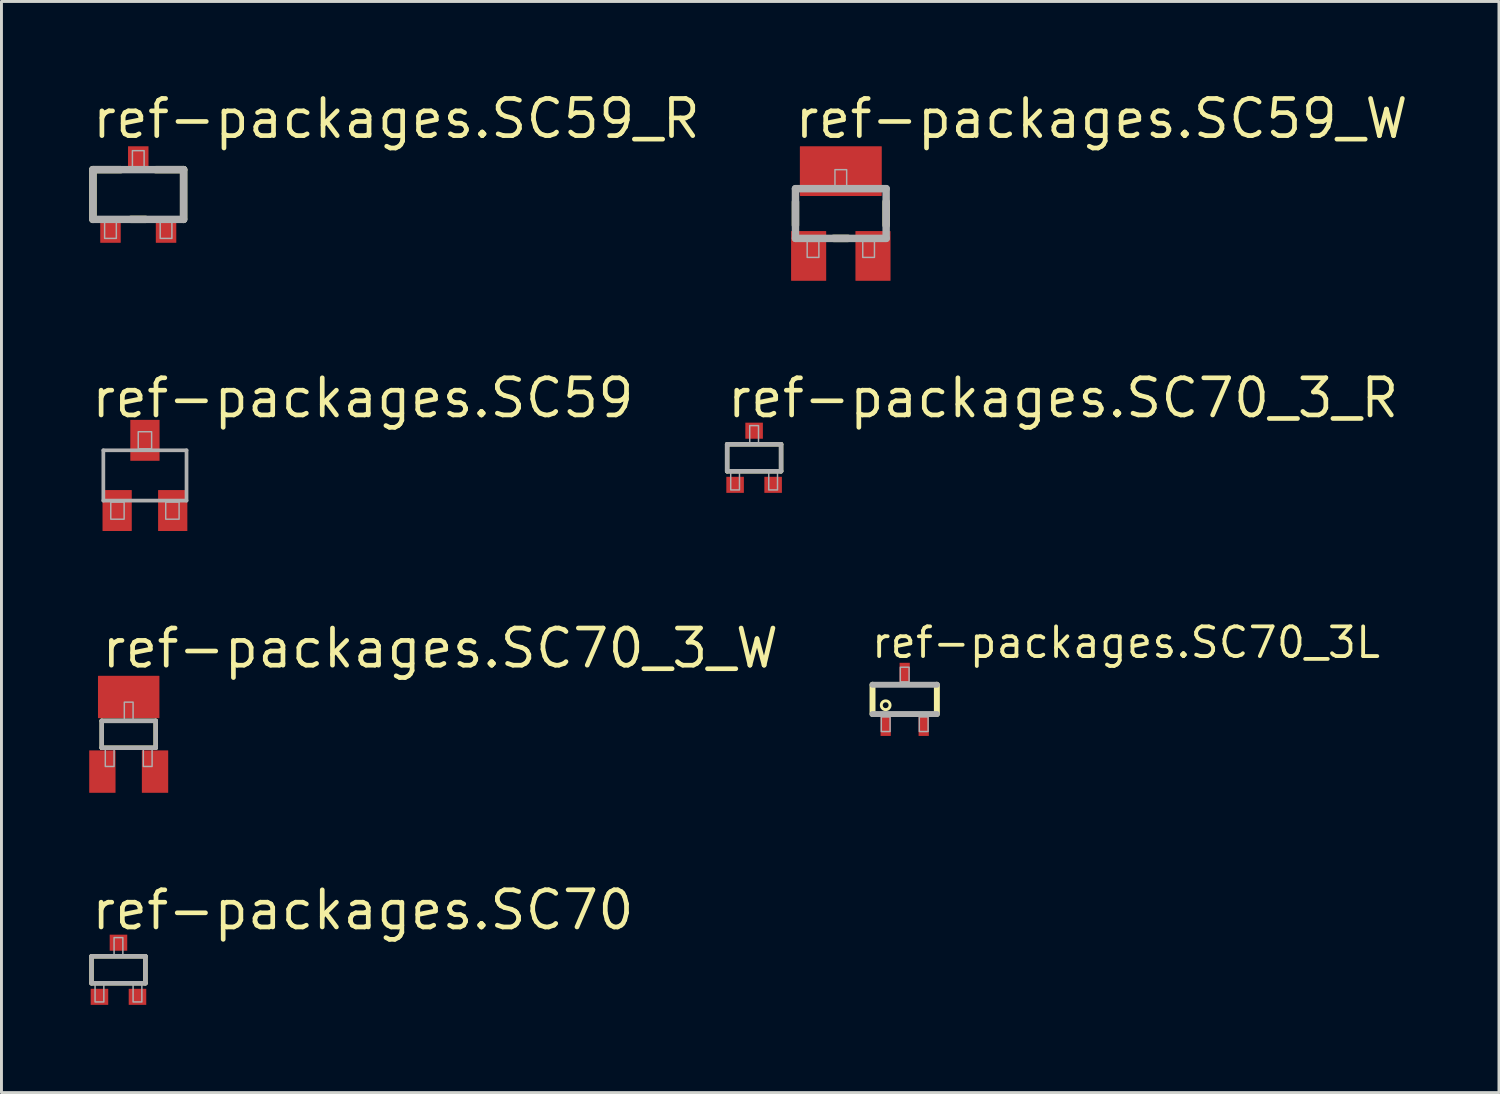
<source format=kicad_pcb>
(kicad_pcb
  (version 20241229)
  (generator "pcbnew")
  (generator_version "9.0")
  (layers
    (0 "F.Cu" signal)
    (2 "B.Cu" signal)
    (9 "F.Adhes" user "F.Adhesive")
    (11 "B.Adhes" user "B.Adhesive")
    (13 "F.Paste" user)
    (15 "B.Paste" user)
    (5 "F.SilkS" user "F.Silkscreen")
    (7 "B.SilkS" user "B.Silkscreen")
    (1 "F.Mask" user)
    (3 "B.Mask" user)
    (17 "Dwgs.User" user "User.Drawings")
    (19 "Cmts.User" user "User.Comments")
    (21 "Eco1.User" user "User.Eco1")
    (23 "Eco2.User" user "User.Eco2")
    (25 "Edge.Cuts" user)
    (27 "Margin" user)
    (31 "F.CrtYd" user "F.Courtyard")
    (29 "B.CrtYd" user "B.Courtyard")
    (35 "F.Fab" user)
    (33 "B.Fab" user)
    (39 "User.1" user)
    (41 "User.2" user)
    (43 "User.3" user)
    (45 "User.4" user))
  (footprint "ref-packages.SC59_W"
    (layer "F.Cu")
    (at 25.696 4.25)
    (property "Reference" "ref-packages.SC59_W" (at -1.65 -2.5 0) (layer "F.SilkS") (effects (font (size 1.27 1.27) (thickness 0.16)) (justify left bottom)))
    (attr smd)
    (fp_line (start -1.55 0.4) (end -1.55 -0.4) (stroke (width 0.254) (type default)) (layer "F.SilkS"))
    (fp_line (start 0.25 0.85) (end -0.25 0.85) (stroke (width 0.254) (type default)) (layer "F.SilkS"))
    (fp_line (start 1.55 -0.4) (end 1.55 0.4) (stroke (width 0.254) (type default)) (layer "F.SilkS"))
    (fp_line (start -1.55 -0.85) (end 1.55 -0.85) (stroke (width 0.254) (type default)) (layer "F.Fab"))
    (fp_line (start -1.55 0.85) (end -1.55 -0.85) (stroke (width 0.254) (type default)) (layer "F.Fab"))
    (fp_line (start 1.55 -0.85) (end 1.55 0.85) (stroke (width 0.254) (type default)) (layer "F.Fab"))
    (fp_line (start 1.55 0.85) (end -1.55 0.85) (stroke (width 0.254) (type default)) (layer "F.Fab"))
    (fp_rect (start -1.15 1.5) (end -0.75 0.95) (stroke (width 0.05) (type default)) (fill no) (layer "F.Fab"))
    (fp_rect (start -0.2 -0.95) (end 0.2 -1.5) (stroke (width 0.05) (type default)) (fill no) (layer "F.Fab"))
    (fp_rect (start 0.75 1.5) (end 1.15 0.95) (stroke (width 0.05) (type default)) (fill no) (layer "F.Fab"))
    (pad "1" smd roundrect (at -1.1 1.45) (size 1.2 1.7) (layers "F.Cu" "F.Mask" "F.Paste") (roundrect_rratio 0.01))
    (pad "2" smd roundrect (at 1.1 1.45) (size 1.2 1.7) (layers "F.Cu" "F.Mask" "F.Paste") (roundrect_rratio 0.01))
    (pad "3" smd roundrect (at 0 -1.45) (size 2.8 1.7) (layers "F.Cu" "F.Mask" "F.Paste") (roundrect_rratio 0.01)))
  (footprint "ref-packages.SC70"
    (layer "F.Cu")
    (at 1 30.105)
    (property "Reference" "ref-packages.SC70" (at -1 -1.3 0) (layer "F.SilkS") (effects (font (size 1.27 1.27) (thickness 0.16)) (justify left bottom)))
    (attr smd)
    (fp_line (start -0.922 -0.46) (end 0.922 -0.46) (stroke (width 0.152) (type default)) (layer "F.SilkS"))
    (fp_line (start -0.922 0.46) (end -0.922 -0.46) (stroke (width 0.152) (type default)) (layer "F.SilkS"))
    (fp_line (start 0.922 -0.46) (end 0.922 0.46) (stroke (width 0.152) (type default)) (layer "F.SilkS"))
    (fp_line (start 0.922 0.46) (end -0.922 0.46) (stroke (width 0.152) (type default)) (layer "F.SilkS"))
    (fp_line (start -0.922 -0.46) (end 0.922 -0.46) (stroke (width 0.152) (type default)) (layer "F.Fab"))
    (fp_line (start -0.922 0.46) (end -0.922 -0.46) (stroke (width 0.152) (type default)) (layer "F.Fab"))
    (fp_line (start 0.922 -0.46) (end 0.922 0.46) (stroke (width 0.152) (type default)) (layer "F.Fab"))
    (fp_line (start 0.922 0.46) (end -0.922 0.46) (stroke (width 0.152) (type default)) (layer "F.Fab"))
    (fp_rect (start -0.8 1.1) (end -0.5 0.5) (stroke (width 0.05) (type default)) (fill no) (layer "F.Fab"))
    (fp_rect (start -0.15 -0.5) (end 0.15 -1.1) (stroke (width 0.05) (type default)) (fill no) (layer "F.Fab"))
    (fp_rect (start 0.5 1.1) (end 0.8 0.5) (stroke (width 0.05) (type default)) (fill no) (layer "F.Fab"))
    (pad "1" smd roundrect (at -0.65 0.925) (size 0.6 0.55) (layers "F.Cu" "F.Mask" "F.Paste") (roundrect_rratio 0.01))
    (pad "2" smd roundrect (at 0.65 0.925) (size 0.6 0.55) (layers "F.Cu" "F.Mask" "F.Paste") (roundrect_rratio 0.01))
    (pad "3" smd roundrect (at 0 -0.925) (size 0.6 0.55) (layers "F.Cu" "F.Mask" "F.Paste") (roundrect_rratio 0.01)))
  (footprint "ref-packages.SC59_R"
    (layer "F.Cu")
    (at 1.677 3.6)
    (property "Reference" "ref-packages.SC59_R" (at -1.65 -1.85 0) (layer "F.SilkS") (effects (font (size 1.27 1.27) (thickness 0.16)) (justify left bottom)))
    (attr smd)
    (fp_line (start -1.55 -0.85) (end -0.6 -0.85) (stroke (width 0.254) (type default)) (layer "F.SilkS"))
    (fp_line (start -1.55 0.85) (end -1.55 -0.85) (stroke (width 0.254) (type default)) (layer "F.SilkS"))
    (fp_line (start 0.25 0.85) (end -0.25 0.85) (stroke (width 0.254) (type default)) (layer "F.SilkS"))
    (fp_line (start 0.6 -0.85) (end 1.55 -0.85) (stroke (width 0.254) (type default)) (layer "F.SilkS"))
    (fp_line (start 1.55 -0.85) (end 1.55 0.85) (stroke (width 0.254) (type default)) (layer "F.SilkS"))
    (fp_line (start -1.55 -0.85) (end 1.55 -0.85) (stroke (width 0.254) (type default)) (layer "F.Fab"))
    (fp_line (start -1.55 0.85) (end -1.55 -0.85) (stroke (width 0.254) (type default)) (layer "F.Fab"))
    (fp_line (start 1.55 -0.85) (end 1.55 0.85) (stroke (width 0.254) (type default)) (layer "F.Fab"))
    (fp_line (start 1.55 0.85) (end -1.55 0.85) (stroke (width 0.254) (type default)) (layer "F.Fab"))
    (fp_rect (start -1.15 1.5) (end -0.75 0.95) (stroke (width 0.05) (type default)) (fill no) (layer "F.Fab"))
    (fp_rect (start -0.2 -0.95) (end 0.2 -1.5) (stroke (width 0.05) (type default)) (fill no) (layer "F.Fab"))
    (fp_rect (start 0.75 1.5) (end 1.15 0.95) (stroke (width 0.05) (type default)) (fill no) (layer "F.Fab"))
    (pad "1" smd roundrect (at -0.95 1.2) (size 0.7 0.9) (layers "F.Cu" "F.Mask" "F.Paste") (roundrect_rratio 0.01))
    (pad "2" smd roundrect (at 0.95 1.2) (size 0.7 0.9) (layers "F.Cu" "F.Mask" "F.Paste") (roundrect_rratio 0.01))
    (pad "3" smd roundrect (at 0 -1.2) (size 0.7 0.9) (layers "F.Cu" "F.Mask" "F.Paste") (roundrect_rratio 0.01)))
  (footprint "ref-packages.SC70_3L"
    (layer "F.Cu")
    (at 27.88 20.861)
    (property "Reference" "ref-packages.SC70_3L" (at -1.2 -1.35 0) (layer "F.SilkS") (effects (font (size 1.016 1.016) (thickness 0.13)) (justify left bottom)))
    (attr smd)
    (fp_line (start -1.1 0.5) (end -1.1 -0.5) (stroke (width 0.203) (type default)) (layer "F.SilkS"))
    (fp_line (start 1.1 -0.5) (end 1.1 0.5) (stroke (width 0.203) (type default)) (layer "F.SilkS"))
    (fp_circle (center -0.65 0.2) (end -0.5 0.2) (stroke (width 0.1) (type default)) (fill no) (layer "F.SilkS"))
    (fp_line (start -1.1 -0.5) (end 1.1 -0.5) (stroke (width 0.203) (type default)) (layer "F.Fab"))
    (fp_line (start 1.1 0.5) (end -1.1 0.5) (stroke (width 0.203) (type default)) (layer "F.Fab"))
    (fp_rect (start -0.8 1.1) (end -0.5 0.6) (stroke (width 0.05) (type default)) (fill no) (layer "F.Fab"))
    (fp_rect (start -0.15 -0.6) (end 0.15 -1.1) (stroke (width 0.05) (type default)) (fill no) (layer "F.Fab"))
    (fp_rect (start 0.5 1.1) (end 0.8 0.6) (stroke (width 0.05) (type default)) (fill no) (layer "F.Fab"))
    (pad "1" smd roundrect (at -0.65 0.85) (size 0.35 0.8) (layers "F.Cu" "F.Mask" "F.Paste") (roundrect_rratio 0.01))
    (pad "2" smd roundrect (at 0.65 0.85) (size 0.35 0.8) (layers "F.Cu" "F.Mask" "F.Paste") (roundrect_rratio 0.01))
    (pad "3" smd roundrect (at 0 -0.85) (size 0.35 0.8) (layers "F.Cu" "F.Mask" "F.Paste") (roundrect_rratio 0.01)))
  (footprint "ref-packages.SC59"
    (layer "F.Cu")
    (at 1.905 13.205)
    (property "Reference" "ref-packages.SC59" (at -1.905 -1.905 0) (layer "F.SilkS") (effects (font (size 1.27 1.27) (thickness 0.16)) (justify left bottom)))
    (attr smd)
    (fp_line (start -1.422 -0.86) (end 1.422 -0.86) (stroke (width 0.127) (type default)) (layer "F.Fab"))
    (fp_line (start -1.422 0.86) (end -1.422 -0.86) (stroke (width 0.127) (type default)) (layer "F.Fab"))
    (fp_line (start 1.422 -0.86) (end 1.422 0.86) (stroke (width 0.127) (type default)) (layer "F.Fab"))
    (fp_line (start 1.422 0.86) (end -1.422 0.86) (stroke (width 0.127) (type default)) (layer "F.Fab"))
    (fp_rect (start -1.168 1.495) (end -0.711 0.911) (stroke (width 0.05) (type default)) (fill no) (layer "F.Fab"))
    (fp_rect (start -0.229 -0.911) (end 0.229 -1.495) (stroke (width 0.05) (type default)) (fill no) (layer "F.Fab"))
    (fp_rect (start 0.711 1.495) (end 1.168 0.911) (stroke (width 0.05) (type default)) (fill no) (layer "F.Fab"))
    (pad "B" smd roundrect (at -0.95 1.2) (size 1 1.4) (layers "F.Cu" "F.Mask" "F.Paste") (roundrect_rratio 0.01))
    (pad "C" smd roundrect (at 0 -1.2) (size 1 1.4) (layers "F.Cu" "F.Mask" "F.Paste") (roundrect_rratio 0.01))
    (pad "E" smd roundrect (at 0.95 1.2) (size 1 1.4) (layers "F.Cu" "F.Mask" "F.Paste") (roundrect_rratio 0.01)))
  (footprint "ref-packages.SC70_3_R"
    (layer "F.Cu")
    (at 22.732 12.6)
    (property "Reference" "ref-packages.SC70_3_R" (at -1 -1.3 0) (layer "F.SilkS") (effects (font (size 1.27 1.27) (thickness 0.16)) (justify left bottom)))
    (attr smd)
    (fp_line (start -0.922 -0.46) (end 0.922 -0.46) (stroke (width 0.152) (type default)) (layer "F.SilkS"))
    (fp_line (start -0.922 0.46) (end -0.922 -0.46) (stroke (width 0.152) (type default)) (layer "F.SilkS"))
    (fp_line (start 0.922 -0.46) (end 0.922 0.46) (stroke (width 0.152) (type default)) (layer "F.SilkS"))
    (fp_line (start 0.922 0.46) (end -0.922 0.46) (stroke (width 0.152) (type default)) (layer "F.SilkS"))
    (fp_line (start -0.922 -0.46) (end 0.922 -0.46) (stroke (width 0.152) (type default)) (layer "F.Fab"))
    (fp_line (start -0.922 0.46) (end -0.922 -0.46) (stroke (width 0.152) (type default)) (layer "F.Fab"))
    (fp_line (start 0.922 -0.46) (end 0.922 0.46) (stroke (width 0.152) (type default)) (layer "F.Fab"))
    (fp_line (start 0.922 0.46) (end -0.922 0.46) (stroke (width 0.152) (type default)) (layer "F.Fab"))
    (fp_rect (start -0.8 1.1) (end -0.5 0.5) (stroke (width 0.05) (type default)) (fill no) (layer "F.Fab"))
    (fp_rect (start -0.15 -0.5) (end 0.15 -1.1) (stroke (width 0.05) (type default)) (fill no) (layer "F.Fab"))
    (fp_rect (start 0.5 1.1) (end 0.8 0.5) (stroke (width 0.05) (type default)) (fill no) (layer "F.Fab"))
    (pad "1" smd roundrect (at -0.65 0.925) (size 0.6 0.55) (layers "F.Cu" "F.Mask" "F.Paste") (roundrect_rratio 0.01))
    (pad "2" smd roundrect (at 0.65 0.925) (size 0.6 0.55) (layers "F.Cu" "F.Mask" "F.Paste") (roundrect_rratio 0.01))
    (pad "3" smd roundrect (at 0 -0.925) (size 0.6 0.55) (layers "F.Cu" "F.Mask" "F.Paste") (roundrect_rratio 0.01)))
  (footprint "ref-packages.SC70_3_W"
    (layer "F.Cu")
    (at 1.35 22.055)
    (property "Reference" "ref-packages.SC70_3_W" (at -1 -2.2 0) (layer "F.SilkS") (effects (font (size 1.27 1.27) (thickness 0.16)) (justify left bottom)))
    (attr smd)
    (fp_line (start -0.922 -0.46) (end 0.922 -0.46) (stroke (width 0.152) (type default)) (layer "F.SilkS"))
    (fp_line (start -0.922 0.46) (end -0.922 -0.46) (stroke (width 0.152) (type default)) (layer "F.SilkS"))
    (fp_line (start 0.922 -0.46) (end 0.922 0.46) (stroke (width 0.152) (type default)) (layer "F.SilkS"))
    (fp_line (start 0.922 0.46) (end -0.922 0.46) (stroke (width 0.152) (type default)) (layer "F.SilkS"))
    (fp_line (start -0.922 -0.46) (end 0.922 -0.46) (stroke (width 0.152) (type default)) (layer "F.Fab"))
    (fp_line (start -0.922 0.46) (end -0.922 -0.46) (stroke (width 0.152) (type default)) (layer "F.Fab"))
    (fp_line (start 0.922 -0.46) (end 0.922 0.46) (stroke (width 0.152) (type default)) (layer "F.Fab"))
    (fp_line (start 0.922 0.46) (end -0.922 0.46) (stroke (width 0.152) (type default)) (layer "F.Fab"))
    (fp_rect (start -0.8 1.1) (end -0.5 0.5) (stroke (width 0.05) (type default)) (fill no) (layer "F.Fab"))
    (fp_rect (start -0.15 -0.5) (end 0.15 -1.1) (stroke (width 0.05) (type default)) (fill no) (layer "F.Fab"))
    (fp_rect (start 0.5 1.1) (end 0.8 0.5) (stroke (width 0.05) (type default)) (fill no) (layer "F.Fab"))
    (pad "1" smd roundrect (at -0.9 1.275) (size 0.9 1.45) (layers "F.Cu" "F.Mask" "F.Paste") (roundrect_rratio 0.01))
    (pad "2" smd roundrect (at 0.9 1.275) (size 0.9 1.45) (layers "F.Cu" "F.Mask" "F.Paste") (roundrect_rratio 0.01))
    (pad "3" smd roundrect (at 0 -1.275) (size 2.1 1.45) (layers "F.Cu" "F.Mask" "F.Paste") (roundrect_rratio 0.01)))
  (gr_rect
    (start -3 -3)
    (end 48.197 34.305)
    (stroke (width 0.1) (type default))
    (fill no)
    (layer "Edge.Cuts")))
</source>
